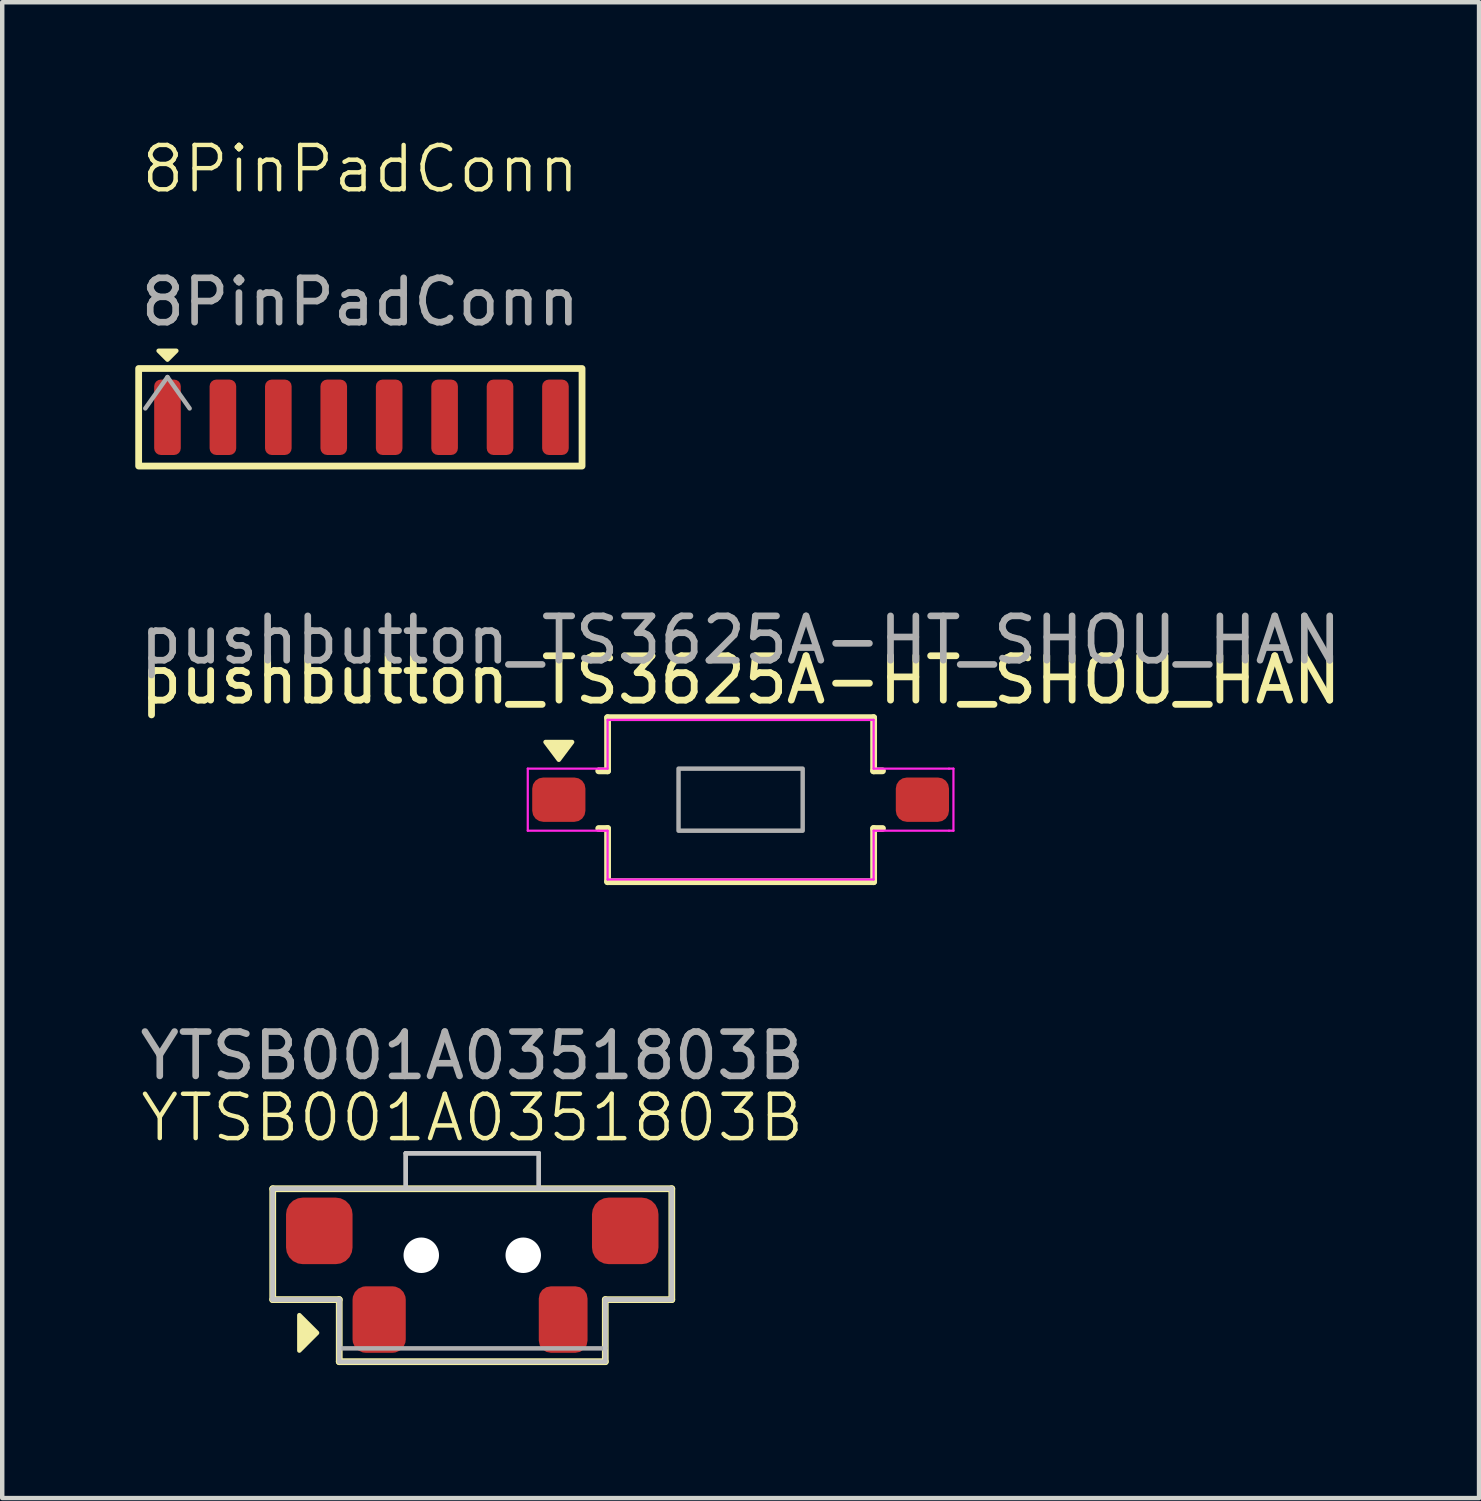
<source format=kicad_pcb>
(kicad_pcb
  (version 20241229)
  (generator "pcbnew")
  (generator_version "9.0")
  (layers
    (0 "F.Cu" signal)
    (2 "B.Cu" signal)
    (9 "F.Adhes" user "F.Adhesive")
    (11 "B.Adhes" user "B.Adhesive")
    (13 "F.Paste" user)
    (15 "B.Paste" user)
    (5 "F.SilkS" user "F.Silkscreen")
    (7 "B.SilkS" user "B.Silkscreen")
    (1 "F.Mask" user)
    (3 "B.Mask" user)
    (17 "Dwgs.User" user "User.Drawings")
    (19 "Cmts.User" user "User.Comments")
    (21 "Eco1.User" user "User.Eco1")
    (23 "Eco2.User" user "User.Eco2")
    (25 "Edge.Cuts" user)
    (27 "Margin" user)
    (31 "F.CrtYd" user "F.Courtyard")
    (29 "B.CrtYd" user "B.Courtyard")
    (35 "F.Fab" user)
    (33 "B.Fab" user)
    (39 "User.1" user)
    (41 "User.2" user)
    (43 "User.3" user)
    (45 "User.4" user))
  (footprint "YTSB001A0351803B"
    (layer "F.Cu")
    (at 7.601 25.26)
    (property "Reference" "YTSB001A0351803B" (at 0 -3.1 0) (unlocked yes) (layer "F.SilkS") (effects (font (size 1 1) (thickness 0.1))))
    (attr smd)
    (fp_line (start -4.5 -1.5) (end -4.5 1) (stroke (width 0.153) (type default)) (layer "F.SilkS"))
    (fp_line (start -4.5 -1.5) (end 4.5 -1.5) (stroke (width 0.153) (type default)) (layer "F.SilkS"))
    (fp_line (start -4.5 1) (end -3 1) (stroke (width 0.153) (type default)) (layer "F.SilkS"))
    (fp_line (start -3 1) (end -3 2.4) (stroke (width 0.153) (type default)) (layer "F.SilkS"))
    (fp_line (start -3 2.4) (end 3 2.4) (stroke (width 0.153) (type default)) (layer "F.SilkS"))
    (fp_line (start 3 1) (end 3 2.4) (stroke (width 0.152) (type default)) (layer "F.SilkS"))
    (fp_line (start 4.5 -1.5) (end 4.5 1) (stroke (width 0.153) (type default)) (layer "F.SilkS"))
    (fp_line (start 4.5 1) (end 3 1) (stroke (width 0.152) (type default)) (layer "F.SilkS"))
    (fp_poly (pts (xy -3.9 2.15) (xy -3.5 1.75) (xy -3.9 1.35)) (stroke (width 0.1) (type solid)) (fill yes) (layer "F.SilkS"))
    (fp_line (start -4.5 -1.5) (end -4.5 1) (stroke (width 0.1) (type default)) (layer "Dwgs.User"))
    (fp_line (start -4.5 -1.5) (end -1.5 -1.5) (stroke (width 0.1) (type default)) (layer "Dwgs.User"))
    (fp_line (start -4.5 1) (end -3 1) (stroke (width 0.1) (type default)) (layer "Dwgs.User"))
    (fp_line (start -3 1) (end -3 2.4) (stroke (width 0.1) (type default)) (layer "Dwgs.User"))
    (fp_line (start -3 2.4) (end 3 2.4) (stroke (width 0.1) (type default)) (layer "Dwgs.User"))
    (fp_line (start -1.5 -2.3) (end 1.5 -2.3) (stroke (width 0.1) (type default)) (layer "Dwgs.User"))
    (fp_line (start -1.5 -1.5) (end -1.5 -2.3) (stroke (width 0.1) (type default)) (layer "Dwgs.User"))
    (fp_line (start 1.5 -2.3) (end 1.5 -1.5) (stroke (width 0.1) (type default)) (layer "Dwgs.User"))
    (fp_line (start 1.5 -1.5) (end -1.5 -1.5) (stroke (width 0.1) (type default)) (layer "Dwgs.User"))
    (fp_line (start 3 1) (end 4.5 1) (stroke (width 0.1) (type default)) (layer "Dwgs.User"))
    (fp_line (start 3 2.4) (end 3 1) (stroke (width 0.1) (type default)) (layer "Dwgs.User"))
    (fp_line (start 4.5 -1.5) (end 1.5 -1.5) (stroke (width 0.1) (type default)) (layer "Dwgs.User"))
    (fp_line (start 4.5 1) (end 4.5 -1.5) (stroke (width 0.1) (type default)) (layer "Dwgs.User"))
    (fp_line (start -4.5 -1.5) (end -4.5 1) (stroke (width 0.1) (type default)) (layer "F.Fab"))
    (fp_line (start -4.5 1) (end -3 1) (stroke (width 0.1) (type default)) (layer "F.Fab"))
    (fp_line (start -3 1) (end -3 2.1) (stroke (width 0.1) (type default)) (layer "F.Fab"))
    (fp_line (start -3 2.1) (end 3 2.1) (stroke (width 0.1) (type default)) (layer "F.Fab"))
    (fp_line (start -1.5 -2.3) (end -1.5 -1.5) (stroke (width 0.1) (type default)) (layer "F.Fab"))
    (fp_line (start -1.5 -2.3) (end 1.5 -2.3) (stroke (width 0.1) (type default)) (layer "F.Fab"))
    (fp_line (start 1.5 -2.3) (end 1.5 -1.5) (stroke (width 0.1) (type default)) (layer "F.Fab"))
    (fp_line (start 3 1) (end 4.5 1) (stroke (width 0.1) (type default)) (layer "F.Fab"))
    (fp_line (start 3 2.1) (end 3 1) (stroke (width 0.1) (type default)) (layer "F.Fab"))
    (fp_line (start 4.5 -1.5) (end -4.5 -1.5) (stroke (width 0.1) (type default)) (layer "F.Fab"))
    (fp_line (start 4.5 1) (end 4.5 -1.5) (stroke (width 0.1) (type default)) (layer "F.Fab"))
    (fp_text user "${REFERENCE}" (at 0 -4.5 0) (unlocked yes) (layer "F.Fab") (effects (font (size 1 1) (thickness 0.15))))
    (pad "" np_thru_hole circle (at -1.15 0) (size 0.8 0.8) (drill 0.8) (layers "*.Cu" "*.Mask"))
    (pad "" np_thru_hole circle (at 1.15 0) (size 0.8 0.8) (drill 0.8) (layers "*.Cu" "*.Mask"))
    (pad "1" smd roundrect (at -2.1 1.45) (size 1.2 1.5) (layers "F.Cu" "F.Mask" "F.Paste") (roundrect_rratio 0.25))
    (pad "2" smd roundrect (at 2.05 1.45) (size 1.1 1.5) (layers "F.Cu" "F.Mask" "F.Paste") (roundrect_rratio 0.25))
    (pad "MP" smd roundrect (at -3.45 -0.55) (size 1.5 1.5) (layers "F.Cu" "F.Mask" "F.Paste") (roundrect_rratio 0.25))
    (pad "MP" smd roundrect (at 3.45 -0.55) (size 1.5 1.5) (layers "F.Cu" "F.Mask" "F.Paste") (roundrect_rratio 0.25)))
  (footprint "pushbutton_TS3625A-HT_SHOU_HAN"
    (layer "F.Cu")
    (at 13.653 14.985)
    (property "Reference" "pushbutton_TS3625A-HT_SHOU_HAN" (at 0 -2.7 0) (unlocked yes) (layer "F.SilkS") (effects (font (size 1 1) (thickness 0.153))))
    (attr smd)
    (fp_line (start -3 -1.85) (end -3 -0.65) (stroke (width 0.153) (type default)) (layer "F.SilkS"))
    (fp_line (start -3 -1.85) (end 3 -1.85) (stroke (width 0.153) (type default)) (layer "F.SilkS"))
    (fp_line (start -3 -0.65) (end -3.2 -0.65) (stroke (width 0.153) (type default)) (layer "F.SilkS"))
    (fp_line (start -3 0.65) (end -3.2 0.65) (stroke (width 0.153) (type default)) (layer "F.SilkS"))
    (fp_line (start -3 1.85) (end -3 0.65) (stroke (width 0.153) (type default)) (layer "F.SilkS"))
    (fp_line (start -3 1.85) (end 3 1.85) (stroke (width 0.153) (type default)) (layer "F.SilkS"))
    (fp_line (start 3 -1.85) (end 3 -0.65) (stroke (width 0.153) (type default)) (layer "F.SilkS"))
    (fp_line (start 3 -0.65) (end 3.2 -0.65) (stroke (width 0.153) (type default)) (layer "F.SilkS"))
    (fp_line (start 3 0.65) (end 3.2 0.65) (stroke (width 0.153) (type default)) (layer "F.SilkS"))
    (fp_line (start 3 1.85) (end 3 0.65) (stroke (width 0.153) (type default)) (layer "F.SilkS"))
    (fp_poly (pts (xy -4.4 -1.3) (xy -3.8 -1.3) (xy -4.1 -0.9)) (stroke (width 0.1) (type solid)) (fill yes) (layer "F.SilkS"))
    (fp_line (start -4.8 -0.7) (end -4.8 0.7) (stroke (width 0.05) (type default)) (layer "F.CrtYd"))
    (fp_line (start -4.8 0.7) (end -3.2 0.7) (stroke (width 0.05) (type default)) (layer "F.CrtYd"))
    (fp_line (start -3.2 -0.7) (end -4.8 -0.7) (stroke (width 0.05) (type default)) (layer "F.CrtYd"))
    (fp_line (start -3.2 0.7) (end -3 0.7) (stroke (width 0.05) (type default)) (layer "F.CrtYd"))
    (fp_line (start -3 -1.8) (end -3 -0.7) (stroke (width 0.05) (type default)) (layer "F.CrtYd"))
    (fp_line (start -3 -0.7) (end -3.2 -0.7) (stroke (width 0.05) (type default)) (layer "F.CrtYd"))
    (fp_line (start -3 0.7) (end -3 1.8) (stroke (width 0.05) (type default)) (layer "F.CrtYd"))
    (fp_line (start -3 1.8) (end 3 1.8) (stroke (width 0.05) (type default)) (layer "F.CrtYd"))
    (fp_line (start 3 -1.8) (end -3 -1.8) (stroke (width 0.05) (type default)) (layer "F.CrtYd"))
    (fp_line (start 3 -0.7) (end 3 -1.8) (stroke (width 0.05) (type default)) (layer "F.CrtYd"))
    (fp_line (start 3 0.7) (end 4.7 0.7) (stroke (width 0.05) (type default)) (layer "F.CrtYd"))
    (fp_line (start 3 1.8) (end 3 0.7) (stroke (width 0.05) (type default)) (layer "F.CrtYd"))
    (fp_line (start 4.7 -0.7) (end 3 -0.7) (stroke (width 0.05) (type default)) (layer "F.CrtYd"))
    (fp_line (start 4.7 -0.7) (end 4.8 -0.7) (stroke (width 0.05) (type default)) (layer "F.CrtYd"))
    (fp_line (start 4.8 0.7) (end 4.7 0.7) (stroke (width 0.05) (type default)) (layer "F.CrtYd"))
    (fp_line (start 4.8 0.7) (end 4.8 -0.7) (stroke (width 0.05) (type default)) (layer "F.CrtYd"))
    (fp_rect (start -1.4 -0.7) (end 1.4 0.7) (stroke (width 0.1) (type default)) (fill no) (layer "F.Fab"))
    (fp_text user "${REFERENCE}" (at 0 -3.6 0) (unlocked yes) (layer "F.Fab") (effects (font (size 1 1) (thickness 0.15))))
    (pad "1" smd roundrect (at -4.1 0) (size 1.2 1) (layers "F.Cu" "F.Mask" "F.Paste") (roundrect_rratio 0.25))
    (pad "2" smd roundrect (at 4.1 0) (size 1.2 1) (layers "F.Cu" "F.Mask" "F.Paste") (roundrect_rratio 0.25)))
  (footprint "8PinPadConn"
    (layer "F.Cu")
    (at 5.077 6.361)
    (property "Reference" "8PinPadConn" (at 0 -5.6 0) (unlocked yes) (layer "F.SilkS") (effects (font (size 1 1) (thickness 0.1))))
    (attr smd)
    (fp_rect (start -5 -1.1) (end 5 1.1) (stroke (width 0.153) (type solid)) (fill no) (layer "F.SilkS"))
    (fp_poly (pts (xy -4.35 -1.3) (xy -4.15 -1.5) (xy -4.55 -1.5)) (stroke (width 0.1) (type solid)) (fill yes) (layer "F.SilkS"))
    (fp_line (start -4.85 -0.2) (end -4.35 -0.907) (stroke (width 0.1) (type solid)) (layer "F.Fab"))
    (fp_line (start -4.35 -0.907) (end -3.85 -0.2) (stroke (width 0.1) (type solid)) (layer "F.Fab"))
    (fp_text user "${REFERENCE}" (at 0 -2.6 0) (unlocked yes) (layer "F.Fab") (effects (font (size 1 1) (thickness 0.15))))
    (pad "1" smd roundrect (at -4.35 0) (size 0.6 1.7) (layers "F.Cu" "F.Mask" "F.Paste") (roundrect_rratio 0.25))
    (pad "2" smd roundrect (at -3.1 0) (size 0.6 1.7) (layers "F.Cu" "F.Mask" "F.Paste") (roundrect_rratio 0.25))
    (pad "3" smd roundrect (at -1.85 0) (size 0.6 1.7) (layers "F.Cu" "F.Mask" "F.Paste") (roundrect_rratio 0.25))
    (pad "4" smd roundrect (at -0.6 0) (size 0.6 1.7) (layers "F.Cu" "F.Mask" "F.Paste") (roundrect_rratio 0.25))
    (pad "5" smd roundrect (at 0.65 0) (size 0.6 1.7) (layers "F.Cu" "F.Mask" "F.Paste") (roundrect_rratio 0.25))
    (pad "6" smd roundrect (at 1.9 0) (size 0.6 1.7) (layers "F.Cu" "F.Mask" "F.Paste") (roundrect_rratio 0.25))
    (pad "7" smd roundrect (at 3.15 0) (size 0.6 1.7) (layers "F.Cu" "F.Mask" "F.Paste") (roundrect_rratio 0.25))
    (pad "8" smd roundrect (at 4.4 0) (size 0.6 1.7) (layers "F.Cu" "F.Mask" "F.Paste") (roundrect_rratio 0.25)))
  (gr_rect
    (start -3 -3)
    (end 30.307 30.736)
    (stroke (width 0.1) (type default))
    (fill no)
    (layer "Edge.Cuts")))
</source>
